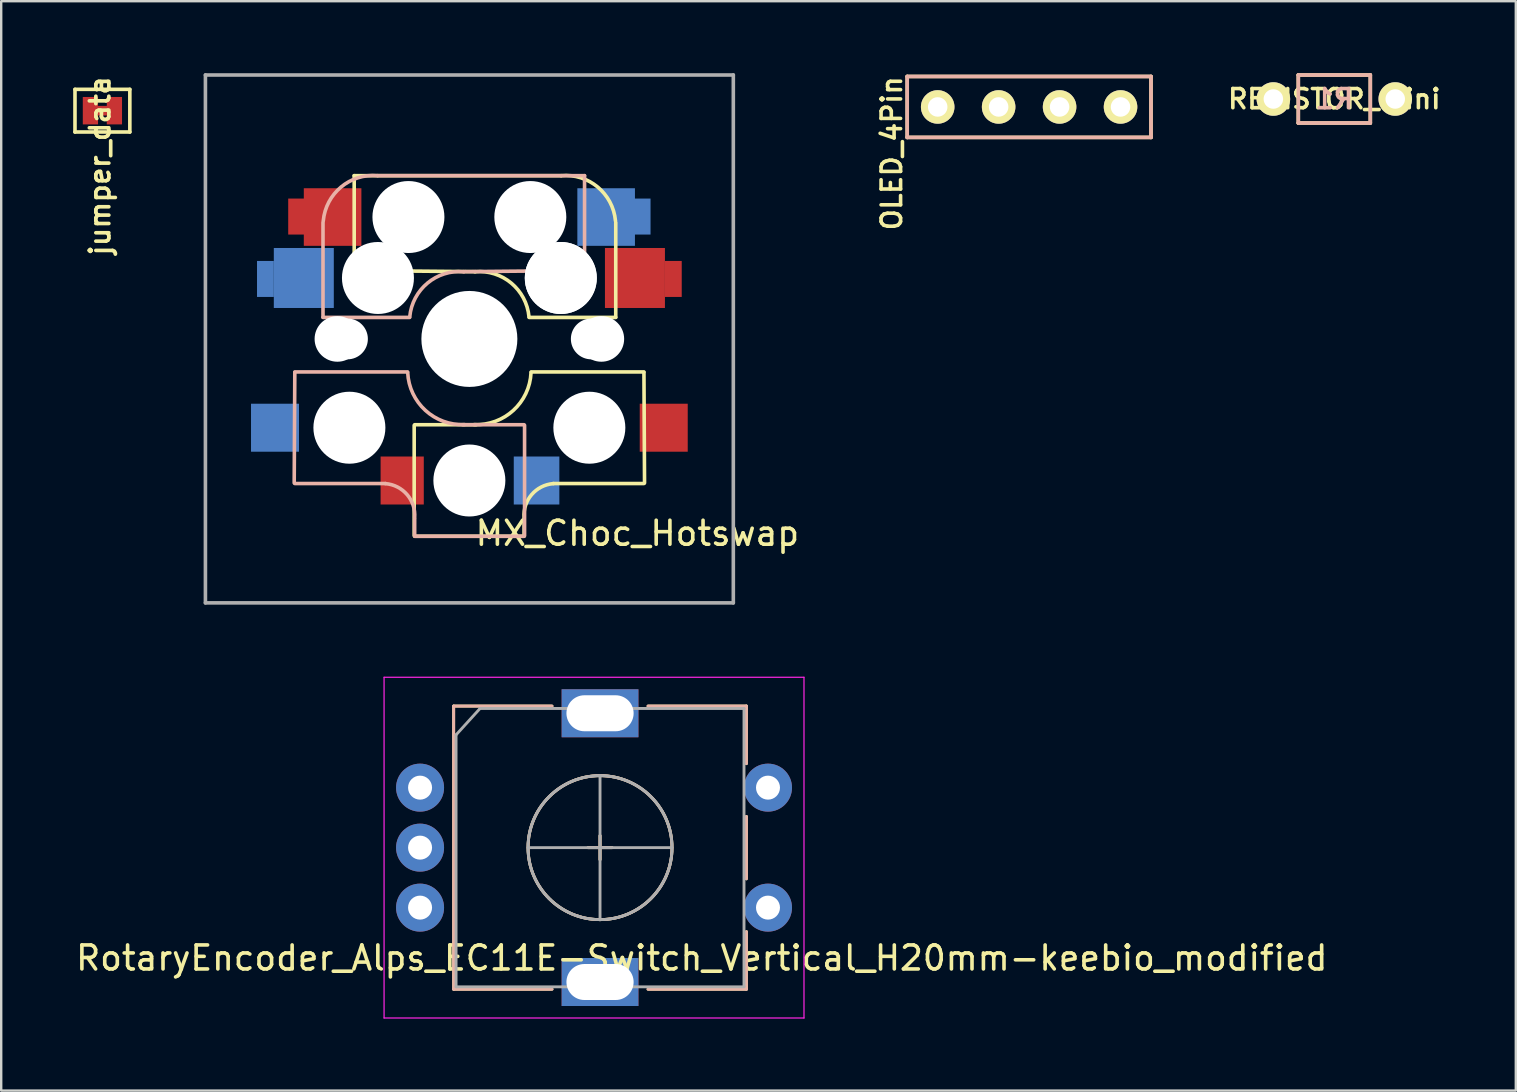
<source format=kicad_pcb>
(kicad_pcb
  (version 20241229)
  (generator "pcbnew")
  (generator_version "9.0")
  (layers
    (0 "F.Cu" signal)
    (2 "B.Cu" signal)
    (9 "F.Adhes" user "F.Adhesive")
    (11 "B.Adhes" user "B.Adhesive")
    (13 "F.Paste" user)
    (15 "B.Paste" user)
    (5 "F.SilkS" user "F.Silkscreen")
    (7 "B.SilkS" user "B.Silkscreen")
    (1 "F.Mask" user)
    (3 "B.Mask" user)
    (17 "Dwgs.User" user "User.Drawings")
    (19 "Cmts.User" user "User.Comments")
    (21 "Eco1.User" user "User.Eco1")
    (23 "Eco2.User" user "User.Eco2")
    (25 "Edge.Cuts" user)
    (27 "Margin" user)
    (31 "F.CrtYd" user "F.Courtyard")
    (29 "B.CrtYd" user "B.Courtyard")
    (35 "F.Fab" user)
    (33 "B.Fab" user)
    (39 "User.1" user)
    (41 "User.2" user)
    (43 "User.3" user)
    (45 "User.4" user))
  (footprint "RotaryEncoder_Alps_EC11E-Switch_Vertical_H20mm-keebio_modified"
    (layer "F.Cu")
    (at 21.956 32.275)
    (property "Reference" "RotaryEncoder_Alps_EC11E-Switch_Vertical_H20mm-keebio_modified" (at 4.24 4.6 0) (layer "F.SilkS") (effects (font (size 1 1) (thickness 0.15))))
    (attr through_hole)
    (fp_line (start -6.1 -5.9) (end -6.1 5.9) (stroke (width 0.12) (type solid)) (layer "F.SilkS"))
    (fp_line (start -2 -5.9) (end -6.1 -5.9) (stroke (width 0.12) (type solid)) (layer "F.SilkS"))
    (fp_line (start -2 5.9) (end -6.1 5.9) (stroke (width 0.12) (type solid)) (layer "F.SilkS"))
    (fp_line (start -0.5 0) (end 0.5 0) (stroke (width 0.12) (type solid)) (layer "F.SilkS"))
    (fp_line (start 0 -0.5) (end 0 0.5) (stroke (width 0.12) (type solid)) (layer "F.SilkS"))
    (fp_line (start 2 -5.9) (end 6.1 -5.9) (stroke (width 0.12) (type solid)) (layer "F.SilkS"))
    (fp_line (start 6.1 -5.9) (end 6.1 -3.5) (stroke (width 0.12) (type solid)) (layer "F.SilkS"))
    (fp_line (start 6.1 -1.3) (end 6.1 1.3) (stroke (width 0.12) (type solid)) (layer "F.SilkS"))
    (fp_line (start 6.1 3.5) (end 6.1 5.9) (stroke (width 0.12) (type solid)) (layer "F.SilkS"))
    (fp_line (start 6.1 5.9) (end 2 5.9) (stroke (width 0.12) (type solid)) (layer "F.SilkS"))
    (fp_circle (center 0 0) (end 3 0) (stroke (width 0.12) (type solid)) (fill no) (layer "F.SilkS"))
    (fp_line (start -6.1 -5.9) (end -6.1 5.9) (stroke (width 0.12) (type solid)) (layer "B.SilkS"))
    (fp_line (start -2 -5.9) (end -6.1 -5.9) (stroke (width 0.12) (type solid)) (layer "B.SilkS"))
    (fp_line (start -2 5.9) (end -6.1 5.9) (stroke (width 0.12) (type solid)) (layer "B.SilkS"))
    (fp_line (start -0.5 0) (end 0.5 0) (stroke (width 0.12) (type solid)) (layer "B.SilkS"))
    (fp_line (start 0 -0.5) (end 0 0.5) (stroke (width 0.12) (type solid)) (layer "B.SilkS"))
    (fp_line (start 2 -5.9) (end 6.1 -5.9) (stroke (width 0.12) (type solid)) (layer "B.SilkS"))
    (fp_line (start 6.1 -5.9) (end 6.1 -3.5) (stroke (width 0.12) (type solid)) (layer "B.SilkS"))
    (fp_line (start 6.1 -1.3) (end 6.1 1.3) (stroke (width 0.12) (type solid)) (layer "B.SilkS"))
    (fp_line (start 6.1 3.5) (end 6.1 5.9) (stroke (width 0.12) (type solid)) (layer "B.SilkS"))
    (fp_line (start 6.1 5.9) (end 2 5.9) (stroke (width 0.12) (type solid)) (layer "B.SilkS"))
    (fp_circle (center 0 0) (end 3 0) (stroke (width 0.12) (type solid)) (fill no) (layer "B.SilkS"))
    (fp_line (start -9 -7.1) (end -9 7.1) (stroke (width 0.05) (type solid)) (layer "F.CrtYd"))
    (fp_line (start -9 -7.1) (end 8.5 -7.1) (stroke (width 0.05) (type solid)) (layer "F.CrtYd"))
    (fp_line (start 8.5 7.1) (end -9 7.1) (stroke (width 0.05) (type solid)) (layer "F.CrtYd"))
    (fp_line (start 8.5 7.1) (end 8.5 -7.1) (stroke (width 0.05) (type solid)) (layer "F.CrtYd"))
    (fp_line (start -6 -4.7) (end -5 -5.8) (stroke (width 0.12) (type solid)) (layer "F.Fab"))
    (fp_line (start -6 5.8) (end -6 -4.7) (stroke (width 0.12) (type solid)) (layer "F.Fab"))
    (fp_line (start -5 -5.8) (end 6 -5.8) (stroke (width 0.12) (type solid)) (layer "F.Fab"))
    (fp_line (start -3 0) (end 3 0) (stroke (width 0.12) (type solid)) (layer "F.Fab"))
    (fp_line (start 0 -3) (end 0 3) (stroke (width 0.12) (type solid)) (layer "F.Fab"))
    (fp_line (start 6 -5.8) (end 6 5.8) (stroke (width 0.12) (type solid)) (layer "F.Fab"))
    (fp_line (start 6 5.8) (end -6 5.8) (stroke (width 0.12) (type solid)) (layer "F.Fab"))
    (fp_circle (center 0 0) (end 3 0) (stroke (width 0.12) (type solid)) (fill no) (layer "F.Fab"))
    (pad "A" thru_hole circle (at -7.5 -2.5) (size 2 2) (drill 1) (layers "*.Cu" "*.Mask"))
    (pad "B" thru_hole circle (at -7.5 2.5) (size 2 2) (drill 1) (layers "*.Cu" "*.Mask"))
    (pad "C" thru_hole circle (at -7.5 0) (size 2 2) (drill 1) (layers "*.Cu" "*.Mask"))
    (pad "MP" thru_hole rect (at 0 -5.6) (size 3.2 2) (drill oval 2.8 1.5) (layers "*.Cu" "*.Mask"))
    (pad "MP" thru_hole rect (at 0 5.6) (size 3.2 2) (drill oval 2.8 1.5) (layers "*.Cu" "*.Mask"))
    (pad "S1" thru_hole circle (at 7 2.5) (size 2 2) (drill 1) (layers "*.Cu" "*.Mask"))
    (pad "S2" thru_hole circle (at 7 -2.5) (size 2 2) (drill 1) (layers "*.Cu" "*.Mask")))
  (footprint "RESISTOR_mini"
    (layer "F.Cu")
    (at 52.557 1.076)
    (property "Reference" "RESISTOR_mini" (at 0 0 0) (layer "F.SilkS") (effects (font (size 0.8 0.8) (thickness 0.15))))
    (attr through_hole)
    (fp_line (start -1.501 -1.001) (end -1.501 1.001) (stroke (width 0.15) (type solid)) (layer "F.SilkS"))
    (fp_line (start -1.501 1.001) (end 1.501 1.001) (stroke (width 0.15) (type solid)) (layer "F.SilkS"))
    (fp_line (start 1.501 -1.001) (end -1.501 -1.001) (stroke (width 0.15) (type solid)) (layer "F.SilkS"))
    (fp_line (start 1.501 1.001) (end 1.501 -1.001) (stroke (width 0.15) (type solid)) (layer "F.SilkS"))
    (fp_line (start -1.5 -1) (end 1.5 -1) (stroke (width 0.15) (type solid)) (layer "B.SilkS"))
    (fp_line (start -1.5 1) (end -1.5 -1) (stroke (width 0.15) (type solid)) (layer "B.SilkS"))
    (fp_line (start 1.5 -1) (end 1.5 1) (stroke (width 0.15) (type solid)) (layer "B.SilkS"))
    (fp_line (start 1.5 1) (end -1.5 1) (stroke (width 0.15) (type solid)) (layer "B.SilkS"))
    (fp_text user "R1" (at 0 0 0) (layer "B.SilkS") (effects (font (size 0.8 0.8) (thickness 0.15)) (justify mirror)))
    (pad "1" thru_hole circle (at -2.54 0) (size 1.397 1.397) (drill 0.813) (layers "*.Cu" "*.Mask" "F.SilkS"))
    (pad "2" thru_hole circle (at 2.54 0) (size 1.397 1.397) (drill 0.813) (layers "*.Cu" "*.Mask" "F.SilkS")))
  (footprint "MX_Choc_Hotswap"
    (layer "F.Cu")
    (at 16.511 11.075)
    (property "Reference" "MX_Choc_Hotswap" (at 7 8.1 0) (layer "F.SilkS") (effects (font (size 1 1) (thickness 0.15))))
    (attr through_hole)
    (fp_line (start -4.8 -6.804) (end 3.825 -6.804) (stroke (width 0.15) (type solid)) (layer "F.SilkS"))
    (fp_line (start -4.8 -2.896) (end -4.8 -6.804) (stroke (width 0.15) (type solid)) (layer "F.SilkS"))
    (fp_line (start -4.8 -2.85) (end 0.25 -2.804) (stroke (width 0.15) (type solid)) (layer "F.SilkS"))
    (fp_line (start -2.3 3.6) (end -2.3 8.2) (stroke (width 0.15) (type solid)) (layer "F.SilkS"))
    (fp_line (start -2.275 3.575) (end 0.275 3.575) (stroke (width 0.15) (type solid)) (layer "F.SilkS"))
    (fp_line (start -2.275 8.225) (end 2.275 8.225) (stroke (width 0.15) (type solid)) (layer "F.SilkS"))
    (fp_line (start 2.28 7.5) (end 2.28 8.2) (stroke (width 0.15) (type solid)) (layer "F.SilkS"))
    (fp_line (start 2.575 1.375) (end 7.275 1.375) (stroke (width 0.15) (type solid)) (layer "F.SilkS"))
    (fp_line (start 3.5 6.025) (end 7.275 6.025) (stroke (width 0.15) (type solid)) (layer "F.SilkS"))
    (fp_line (start 6.1 -4.85) (end 6.1 -0.905) (stroke (width 0.15) (type solid)) (layer "F.SilkS"))
    (fp_line (start 6.1 -0.896) (end 2.49 -0.896) (stroke (width 0.15) (type solid)) (layer "F.SilkS"))
    (fp_line (start 7.275 1.4) (end 7.3 6) (stroke (width 0.15) (type solid)) (layer "F.SilkS"))
    (fp_arc (start 0.225 -2.8) (mid 1.744361 -2.328062) (end 2.485001 -0.920001) (stroke (width 0.15) (type solid)) (layer "F.SilkS"))
    (fp_arc (start 2.279999 7.449999) (mid 2.595908 6.487329) (end 3.5 6.03) (stroke (width 0.15) (type solid)) (layer "F.SilkS"))
    (fp_arc (start 2.57 1.4) (mid 1.834422 2.975843) (end 0.2 3.57) (stroke (width 0.15) (type solid)) (layer "F.SilkS"))
    (fp_arc (start 3.825 -6.804) (mid 5.347189 -6.33089) (end 6.089 -4.92) (stroke (width 0.15) (type solid)) (layer "F.SilkS"))
    (fp_line (start -7.275 1.4) (end -7.3 6) (stroke (width 0.15) (type solid)) (layer "B.SilkS"))
    (fp_line (start -6.1 -4.85) (end -6.1 -0.905) (stroke (width 0.15) (type solid)) (layer "B.SilkS"))
    (fp_line (start -6.1 -0.896) (end -2.49 -0.896) (stroke (width 0.15) (type solid)) (layer "B.SilkS"))
    (fp_line (start -3.5 6.025) (end -7.275 6.025) (stroke (width 0.15) (type solid)) (layer "B.SilkS"))
    (fp_line (start -2.575 1.375) (end -7.275 1.375) (stroke (width 0.15) (type solid)) (layer "B.SilkS"))
    (fp_line (start -2.28 7.5) (end -2.28 8.2) (stroke (width 0.15) (type solid)) (layer "B.SilkS"))
    (fp_line (start 2.275 3.575) (end -0.275 3.575) (stroke (width 0.15) (type solid)) (layer "B.SilkS"))
    (fp_line (start 2.275 8.225) (end -2.275 8.225) (stroke (width 0.15) (type solid)) (layer "B.SilkS"))
    (fp_line (start 2.3 3.6) (end 2.3 8.2) (stroke (width 0.15) (type solid)) (layer "B.SilkS"))
    (fp_line (start 4.8 -6.804) (end -3.825 -6.804) (stroke (width 0.15) (type solid)) (layer "B.SilkS"))
    (fp_line (start 4.8 -2.896) (end 4.8 -6.804) (stroke (width 0.15) (type solid)) (layer "B.SilkS"))
    (fp_line (start 4.8 -2.85) (end -0.25 -2.804) (stroke (width 0.15) (type solid)) (layer "B.SilkS"))
    (fp_arc (start -6.089 -4.92) (mid -5.347189 -6.33089) (end -3.825 -6.804) (stroke (width 0.15) (type solid)) (layer "B.SilkS"))
    (fp_arc (start -3.5 6.03) (mid -2.595908 6.48733) (end -2.28 7.45) (stroke (width 0.15) (type solid)) (layer "B.SilkS"))
    (fp_arc (start -2.484999 -0.920001) (mid -1.74436 -2.328062) (end -0.225 -2.8) (stroke (width 0.15) (type solid)) (layer "B.SilkS"))
    (fp_arc (start -0.2 3.57) (mid -1.834422 2.975843) (end -2.57 1.4) (stroke (width 0.15) (type solid)) (layer "B.SilkS"))
    (fp_line (start -9 -9) (end 9 -9) (stroke (width 0.15) (type solid)) (layer "Eco2.User"))
    (fp_line (start -9 9) (end -9 -9) (stroke (width 0.15) (type solid)) (layer "Eco2.User"))
    (fp_line (start -7 -7) (end 7 -7) (stroke (width 0.15) (type solid)) (layer "Eco2.User"))
    (fp_line (start -7 7) (end -7 -7) (stroke (width 0.15) (type solid)) (layer "Eco2.User"))
    (fp_line (start 7 -7) (end 7 7) (stroke (width 0.15) (type solid)) (layer "Eco2.User"))
    (fp_line (start 7 7) (end -7 7) (stroke (width 0.15) (type solid)) (layer "Eco2.User"))
    (fp_line (start 9 -9) (end 9 9) (stroke (width 0.15) (type solid)) (layer "Eco2.User"))
    (fp_line (start 9 9) (end -9 9) (stroke (width 0.15) (type solid)) (layer "Eco2.User"))
    (fp_line (start -11 -11) (end -11 11) (stroke (width 0.15) (type solid)) (layer "F.Fab"))
    (fp_line (start -11 11) (end 11 11) (stroke (width 0.15) (type solid)) (layer "F.Fab"))
    (fp_line (start 11 -11) (end -11 -11) (stroke (width 0.15) (type solid)) (layer "F.Fab"))
    (fp_line (start 11 11) (end 11 -11) (stroke (width 0.15) (type solid)) (layer "F.Fab"))
    (pad "" np_thru_hole circle (at -5.5 0 90) (size 1.9 1.9) (drill 1.9) (layers "*.Cu" "*.Mask"))
    (pad "" np_thru_hole circle (at -5.08 0) (size 1.7 1.7) (drill 1.7) (layers "*.Cu" "*.Mask"))
    (pad "" np_thru_hole circle (at -5 3.7 90) (size 3 3) (drill 3) (layers "*.Cu" "*.Mask"))
    (pad "" np_thru_hole circle (at -3.825 -2.58 180) (size 0.1 0.1) (drill 0.1) (layers "*.Cu" "*.Mask"))
    (pad "" np_thru_hole circle (at -3.81 -2.54 180) (size 3 3) (drill 3) (layers "*.Cu" "*.Mask"))
    (pad "" np_thru_hole circle (at -2.54 -5.08 180) (size 3 3) (drill 3) (layers "*.Cu" "*.Mask"))
    (pad "" np_thru_hole circle (at 0 0 90) (size 4 4) (drill 4) (layers "*.Cu" "*.Mask"))
    (pad "" np_thru_hole circle (at 0 5.9 90) (size 3 3) (drill 3) (layers "*.Cu" "*.Mask"))
    (pad "" np_thru_hole circle (at 2.54 -5.08 180) (size 3 3) (drill 3) (layers "*.Cu" "*.Mask"))
    (pad "" np_thru_hole circle (at 3.81 -2.54 180) (size 3 3) (drill 3) (layers "*.Cu" "*.Mask"))
    (pad "" np_thru_hole circle (at 3.81 -2.54 180) (size 3 3) (drill 3) (layers "*.Cu" "*.Mask"))
    (pad "" np_thru_hole circle (at 3.825 -2.58 180) (size 0.1 0.1) (drill 0.1) (layers "*.Cu" "*.Mask"))
    (pad "" np_thru_hole circle (at 5 3.7 270) (size 3 3) (drill 3) (layers "*.Cu" "*.Mask"))
    (pad "" np_thru_hole circle (at 5.08 0) (size 1.7 1.7) (drill 1.7) (layers "*.Cu" "*.Mask"))
    (pad "" np_thru_hole circle (at 5.5 0 90) (size 1.9 1.9) (drill 1.9) (layers "*.Cu" "*.Mask"))
    (pad "1" smd rect (at -8.5 -2.5) (size 0.7 1.5) (layers "B.Cu" "B.Mask" "B.Paste"))
    (pad "1" smd rect (at -8.1 3.7 180) (size 2 2) (layers "B.Cu" "B.Mask" "B.Paste"))
    (pad "1" smd rect (at -7.2 -5.1) (size 0.7 1.5) (layers "F.Cu" "F.Mask" "F.Paste"))
    (pad "1" smd rect (at -6.9 -2.54 180) (size 2.5 2.5) (layers "B.Cu" "B.Mask" "B.Paste"))
    (pad "1" smd rect (at -5.7 -5.08 180) (size 2.4 2.4) (layers "F.Cu" "F.Mask" "F.Paste"))
    (pad "1" smd rect (at 8.1 3.7 180) (size 2 2) (layers "F.Cu" "F.Mask" "F.Paste"))
    (pad "2" smd rect (at -2.8 5.9 180) (size 1.8 2) (layers "F.Cu" "F.Mask" "F.Paste"))
    (pad "2" smd rect (at 2.8 5.9 180) (size 1.9 2) (layers "B.Cu" "B.Mask" "B.Paste"))
    (pad "2" smd rect (at 5.7 -5.08 180) (size 2.4 2.4) (layers "B.Cu" "B.Mask" "B.Paste"))
    (pad "2" smd rect (at 6.9 -2.54 180) (size 2.5 2.5) (layers "F.Cu" "F.Mask" "F.Paste"))
    (pad "2" smd rect (at 7.2 -5.1) (size 0.7 1.5) (layers "B.Cu" "B.Mask" "B.Paste"))
    (pad "2" smd rect (at 8.5 -2.5) (size 0.7 1.5) (layers "F.Cu" "F.Mask" "F.Paste")))
  (footprint "jumper_data"
    (layer "F.Cu")
    (at 1.218 1.563)
    (property "Reference" "jumper_data" (at -0.1 2.3 270) (layer "F.SilkS") (effects (font (size 0.813 0.813) (thickness 0.152))))
    (attr smd)
    (fp_poly (pts (xy -0.2 -0.15) (xy 0.2 -0.15) (xy 0.2 0.15) (xy -0.2 0.15)) (stroke (width 0.1) (type solid)) (fill yes) (layer "F.Cu"))
    (fp_line (start -1.143 -0.889) (end 1.143 -0.889) (stroke (width 0.15) (type solid)) (layer "F.SilkS"))
    (fp_line (start -1.143 0.889) (end -1.143 -0.889) (stroke (width 0.15) (type solid)) (layer "F.SilkS"))
    (fp_line (start 1.143 -0.889) (end 1.143 0.889) (stroke (width 0.15) (type solid)) (layer "F.SilkS"))
    (fp_line (start 1.143 0.889) (end -1.143 0.889) (stroke (width 0.15) (type solid)) (layer "F.SilkS"))
    (pad "1" smd rect (at -0.5 0) (size 0.635 1.143) (layers "F.Cu" "F.Mask" "F.Paste"))
    (pad "2" smd rect (at 0.5 0) (size 0.635 1.143) (layers "F.Cu" "F.Mask" "F.Paste")))
  (footprint "OLED_4Pin"
    (layer "F.Cu")
    (at 36.028 1.407)
    (property "Reference" "OLED_4Pin" (at -1.915 1.93 90) (layer "F.SilkS") (effects (font (size 0.813 0.813) (thickness 0.15))))
    (attr through_hole)
    (fp_line (start -1.27 -1.27) (end 8.89 -1.27) (stroke (width 0.15) (type solid)) (layer "F.SilkS"))
    (fp_line (start -1.27 1.27) (end -1.27 -1.27) (stroke (width 0.15) (type solid)) (layer "F.SilkS"))
    (fp_line (start -1.27 1.27) (end 8.89 1.27) (stroke (width 0.15) (type solid)) (layer "F.SilkS"))
    (fp_line (start 8.89 -1.27) (end 8.89 1.27) (stroke (width 0.15) (type solid)) (layer "F.SilkS"))
    (fp_line (start -1.27 -1.27) (end 8.89 -1.27) (stroke (width 0.15) (type solid)) (layer "B.SilkS"))
    (fp_line (start -1.27 1.27) (end -1.27 -1.27) (stroke (width 0.15) (type solid)) (layer "B.SilkS"))
    (fp_line (start 8.89 -1.27) (end 8.89 1.27) (stroke (width 0.15) (type solid)) (layer "B.SilkS"))
    (fp_line (start 8.89 1.27) (end -1.27 1.27) (stroke (width 0.15) (type solid)) (layer "B.SilkS"))
    (pad "1" thru_hole circle (at 0 0) (size 1.397 1.397) (drill 0.813) (layers "*.Cu" "*.Mask" "F.SilkS"))
    (pad "2" thru_hole circle (at 2.54 0) (size 1.397 1.397) (drill 0.813) (layers "*.Cu" "*.Mask" "F.SilkS"))
    (pad "3" thru_hole circle (at 5.08 0) (size 1.397 1.397) (drill 0.813) (layers "*.Cu" "*.Mask" "F.SilkS"))
    (pad "4" thru_hole circle (at 7.62 0) (size 1.397 1.397) (drill 0.813) (layers "*.Cu" "*.Mask" "F.SilkS")))
  (gr_rect
    (start -3 -3)
    (end 60.121 42.4)
    (stroke (width 0.1) (type default))
    (fill no)
    (layer "Edge.Cuts")))
</source>
